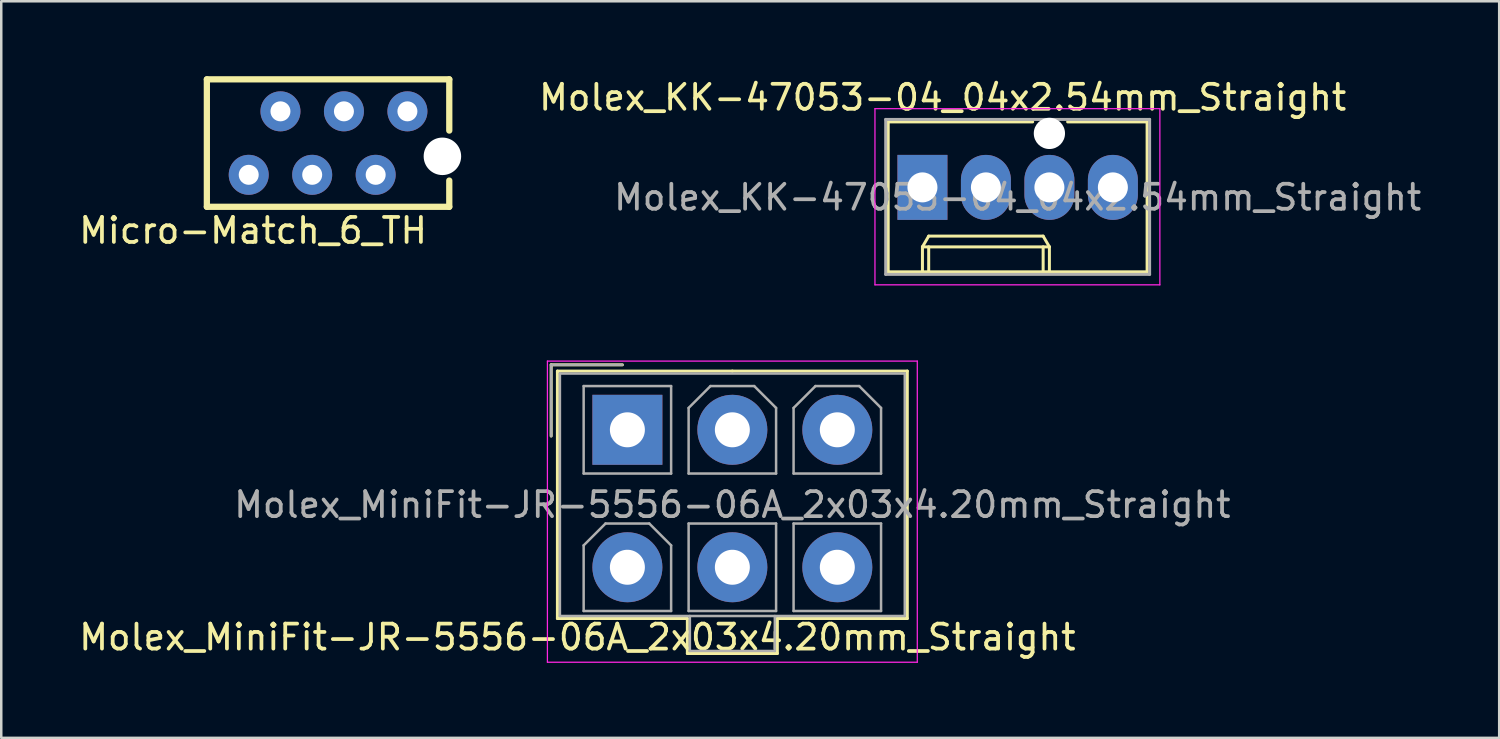
<source format=kicad_pcb>
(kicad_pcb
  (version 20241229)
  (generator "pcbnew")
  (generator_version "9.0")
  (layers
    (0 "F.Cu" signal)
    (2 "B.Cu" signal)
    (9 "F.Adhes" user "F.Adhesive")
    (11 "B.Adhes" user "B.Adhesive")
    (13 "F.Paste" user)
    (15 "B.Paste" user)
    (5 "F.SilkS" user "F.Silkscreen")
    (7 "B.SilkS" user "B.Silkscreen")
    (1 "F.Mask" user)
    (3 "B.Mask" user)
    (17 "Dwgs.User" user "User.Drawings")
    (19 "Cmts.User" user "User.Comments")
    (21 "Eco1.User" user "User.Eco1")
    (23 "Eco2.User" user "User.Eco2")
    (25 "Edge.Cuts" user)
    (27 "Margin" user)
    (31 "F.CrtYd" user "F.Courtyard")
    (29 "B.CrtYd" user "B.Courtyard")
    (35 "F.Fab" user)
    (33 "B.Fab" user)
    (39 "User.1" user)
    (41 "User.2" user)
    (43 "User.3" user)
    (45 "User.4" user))
  (footprint "Molex_MiniFit-JR-5556-06A_2x03x4.20mm_Straight"
    (layer "F.Cu")
    (at 22.054 14.148)
    (property "Reference" "Molex_MiniFit-JR-5556-06A_2x03x4.20mm_Straight" (at -2 8.3 0) (layer "F.SilkS") (effects (font (size 1 1) (thickness 0.15))))
    (attr through_hole)
    (fp_line (start -3.05 -2.6) (end -3.05 0.25) (stroke (width 0.12) (type solid)) (layer "F.SilkS"))
    (fp_line (start -2.8 -2.35) (end -2.8 7.55) (stroke (width 0.12) (type solid)) (layer "F.SilkS"))
    (fp_line (start -2.8 7.55) (end 2.4 7.55) (stroke (width 0.12) (type solid)) (layer "F.SilkS"))
    (fp_line (start -0.2 -2.6) (end -3.05 -2.6) (stroke (width 0.12) (type solid)) (layer "F.SilkS"))
    (fp_line (start 2.4 7.55) (end 2.4 8.95) (stroke (width 0.12) (type solid)) (layer "F.SilkS"))
    (fp_line (start 2.4 8.95) (end 4.2 8.95) (stroke (width 0.12) (type solid)) (layer "F.SilkS"))
    (fp_line (start 4.2 -2.35) (end -2.8 -2.35) (stroke (width 0.12) (type solid)) (layer "F.SilkS"))
    (fp_line (start 4.2 -2.35) (end 11.2 -2.35) (stroke (width 0.12) (type solid)) (layer "F.SilkS"))
    (fp_line (start 6 7.55) (end 6 8.95) (stroke (width 0.12) (type solid)) (layer "F.SilkS"))
    (fp_line (start 6 8.95) (end 4.2 8.95) (stroke (width 0.12) (type solid)) (layer "F.SilkS"))
    (fp_line (start 11.2 -2.35) (end 11.2 7.55) (stroke (width 0.12) (type solid)) (layer "F.SilkS"))
    (fp_line (start 11.2 7.55) (end 6 7.55) (stroke (width 0.12) (type solid)) (layer "F.SilkS"))
    (fp_line (start -3.2 -2.75) (end -3.2 9.3) (stroke (width 0.05) (type solid)) (layer "F.CrtYd"))
    (fp_line (start -3.2 9.3) (end 11.6 9.3) (stroke (width 0.05) (type solid)) (layer "F.CrtYd"))
    (fp_line (start 11.6 -2.75) (end -3.2 -2.75) (stroke (width 0.05) (type solid)) (layer "F.CrtYd"))
    (fp_line (start 11.6 9.3) (end 11.6 -2.75) (stroke (width 0.05) (type solid)) (layer "F.CrtYd"))
    (fp_line (start -3.05 -2.6) (end -3.05 0.25) (stroke (width 0.1) (type solid)) (layer "F.Fab"))
    (fp_line (start -2.7 -2.25) (end -2.7 7.45) (stroke (width 0.1) (type solid)) (layer "F.Fab"))
    (fp_line (start -2.7 7.45) (end 11.1 7.45) (stroke (width 0.1) (type solid)) (layer "F.Fab"))
    (fp_line (start -1.75 -1.75) (end -1.75 1.75) (stroke (width 0.1) (type solid)) (layer "F.Fab"))
    (fp_line (start -1.75 1.75) (end 1.75 1.75) (stroke (width 0.1) (type solid)) (layer "F.Fab"))
    (fp_line (start -1.75 4.625) (end -0.875 3.75) (stroke (width 0.1) (type solid)) (layer "F.Fab"))
    (fp_line (start -1.75 7.25) (end -1.75 4.625) (stroke (width 0.1) (type solid)) (layer "F.Fab"))
    (fp_line (start -0.875 3.75) (end 0.875 3.75) (stroke (width 0.1) (type solid)) (layer "F.Fab"))
    (fp_line (start -0.2 -2.6) (end -3.05 -2.6) (stroke (width 0.1) (type solid)) (layer "F.Fab"))
    (fp_line (start 0.875 3.75) (end 1.75 4.625) (stroke (width 0.1) (type solid)) (layer "F.Fab"))
    (fp_line (start 1.75 -1.75) (end -1.75 -1.75) (stroke (width 0.1) (type solid)) (layer "F.Fab"))
    (fp_line (start 1.75 1.75) (end 1.75 -1.75) (stroke (width 0.1) (type solid)) (layer "F.Fab"))
    (fp_line (start 1.75 4.625) (end 1.75 7.25) (stroke (width 0.1) (type solid)) (layer "F.Fab"))
    (fp_line (start 1.75 7.25) (end -1.75 7.25) (stroke (width 0.1) (type solid)) (layer "F.Fab"))
    (fp_line (start 2.45 -0.875) (end 3.325 -1.75) (stroke (width 0.1) (type solid)) (layer "F.Fab"))
    (fp_line (start 2.45 1.75) (end 2.45 -0.875) (stroke (width 0.1) (type solid)) (layer "F.Fab"))
    (fp_line (start 2.45 3.75) (end 2.45 7.25) (stroke (width 0.1) (type solid)) (layer "F.Fab"))
    (fp_line (start 2.45 7.25) (end 5.95 7.25) (stroke (width 0.1) (type solid)) (layer "F.Fab"))
    (fp_line (start 2.5 7.45) (end 2.5 8.85) (stroke (width 0.1) (type solid)) (layer "F.Fab"))
    (fp_line (start 2.5 8.85) (end 5.9 8.85) (stroke (width 0.1) (type solid)) (layer "F.Fab"))
    (fp_line (start 3.325 -1.75) (end 5.075 -1.75) (stroke (width 0.1) (type solid)) (layer "F.Fab"))
    (fp_line (start 5.075 -1.75) (end 5.95 -0.875) (stroke (width 0.1) (type solid)) (layer "F.Fab"))
    (fp_line (start 5.9 8.85) (end 5.9 7.45) (stroke (width 0.1) (type solid)) (layer "F.Fab"))
    (fp_line (start 5.95 -0.875) (end 5.95 1.75) (stroke (width 0.1) (type solid)) (layer "F.Fab"))
    (fp_line (start 5.95 1.75) (end 2.45 1.75) (stroke (width 0.1) (type solid)) (layer "F.Fab"))
    (fp_line (start 5.95 3.75) (end 2.45 3.75) (stroke (width 0.1) (type solid)) (layer "F.Fab"))
    (fp_line (start 5.95 7.25) (end 5.95 3.75) (stroke (width 0.1) (type solid)) (layer "F.Fab"))
    (fp_line (start 6.65 -0.875) (end 7.525 -1.75) (stroke (width 0.1) (type solid)) (layer "F.Fab"))
    (fp_line (start 6.65 1.75) (end 6.65 -0.875) (stroke (width 0.1) (type solid)) (layer "F.Fab"))
    (fp_line (start 6.65 3.75) (end 6.65 7.25) (stroke (width 0.1) (type solid)) (layer "F.Fab"))
    (fp_line (start 6.65 7.25) (end 10.15 7.25) (stroke (width 0.1) (type solid)) (layer "F.Fab"))
    (fp_line (start 7.525 -1.75) (end 9.275 -1.75) (stroke (width 0.1) (type solid)) (layer "F.Fab"))
    (fp_line (start 9.275 -1.75) (end 10.15 -0.875) (stroke (width 0.1) (type solid)) (layer "F.Fab"))
    (fp_line (start 10.15 -0.875) (end 10.15 1.75) (stroke (width 0.1) (type solid)) (layer "F.Fab"))
    (fp_line (start 10.15 1.75) (end 6.65 1.75) (stroke (width 0.1) (type solid)) (layer "F.Fab"))
    (fp_line (start 10.15 3.75) (end 6.65 3.75) (stroke (width 0.1) (type solid)) (layer "F.Fab"))
    (fp_line (start 10.15 7.25) (end 10.15 3.75) (stroke (width 0.1) (type solid)) (layer "F.Fab"))
    (fp_line (start 11.1 -2.25) (end -2.7 -2.25) (stroke (width 0.1) (type solid)) (layer "F.Fab"))
    (fp_line (start 11.1 7.45) (end 11.1 -2.25) (stroke (width 0.1) (type solid)) (layer "F.Fab"))
    (fp_text user "${REFERENCE}" (at 4.2 3 0) (layer "F.Fab") (effects (font (size 1 1) (thickness 0.15))))
    (pad "1" thru_hole rect (at 0 0) (size 2.8 2.8) (drill 1.4) (layers "*.Cu" "*.Mask"))
    (pad "2" thru_hole circle (at 4.2 0) (size 2.8 2.8) (drill 1.4) (layers "*.Cu" "*.Mask"))
    (pad "3" thru_hole circle (at 8.4 0) (size 2.8 2.8) (drill 1.4) (layers "*.Cu" "*.Mask"))
    (pad "4" thru_hole circle (at 0 5.5) (size 2.8 2.8) (drill 1.4) (layers "*.Cu" "*.Mask"))
    (pad "5" thru_hole circle (at 4.2 5.5) (size 2.8 2.8) (drill 1.4) (layers "*.Cu" "*.Mask"))
    (pad "6" thru_hole circle (at 8.4 5.5) (size 2.8 2.8) (drill 1.4) (layers "*.Cu" "*.Mask")))
  (footprint "Micro-Match_6_TH"
    (layer "F.Cu")
    (at 10.077 2.675)
    (property "Reference" "Micro-Match_6_TH" (at -3 3.5 0) (layer "F.SilkS") (effects (font (size 1 1) (thickness 0.15))))
    (attr through_hole)
    (fp_line (start -4.85 -2.55) (end -4.85 2.55) (stroke (width 0.25) (type solid)) (layer "F.SilkS"))
    (fp_line (start -4.85 -2.55) (end 4.85 -2.55) (stroke (width 0.25) (type solid)) (layer "F.SilkS"))
    (fp_line (start -4.85 2.55) (end 4.85 2.55) (stroke (width 0.25) (type solid)) (layer "F.SilkS"))
    (fp_line (start 4.85 -2.55) (end 4.85 -0.5) (stroke (width 0.25) (type solid)) (layer "F.SilkS"))
    (fp_line (start 4.85 2.55) (end 4.85 1.5) (stroke (width 0.25) (type solid)) (layer "F.SilkS"))
    (pad "" np_thru_hole circle (at 4.575 0.53) (size 1.5 1.5) (drill 1.5) (layers "*.Cu" "*.Mask"))
    (pad "1" thru_hole circle (at 3.175 -1.27) (size 1.6 1.6) (drill 0.8) (layers "*.Cu" "*.Mask"))
    (pad "2" thru_hole circle (at 1.905 1.27) (size 1.6 1.6) (drill 0.8) (layers "*.Cu" "*.Mask"))
    (pad "3" thru_hole circle (at 0.635 -1.27) (size 1.6 1.6) (drill 0.8) (layers "*.Cu" "*.Mask"))
    (pad "4" thru_hole circle (at -0.635 1.27) (size 1.6 1.6) (drill 0.8) (layers "*.Cu" "*.Mask"))
    (pad "5" thru_hole circle (at -1.905 -1.27) (size 1.6 1.6) (drill 0.8) (layers "*.Cu" "*.Mask"))
    (pad "6" thru_hole circle (at -3.175 1.27) (size 1.6 1.6) (drill 0.8) (layers "*.Cu" "*.Mask")))
  (footprint "Molex_KK-47053-04_04x2.54mm_Straight"
    (layer "F.Cu")
    (at 37.67 4.448)
    (property "Reference" "Molex_KK-47053-04_04x2.54mm_Straight" (at -3 -3.6 0) (layer "F.SilkS") (effects (font (size 1 1) (thickness 0.15))))
    (attr through_hole)
    (fp_line (start -5.18 -2.62) (end -5.18 3.38) (stroke (width 0.12) (type solid)) (layer "F.SilkS"))
    (fp_line (start -5.18 3.38) (end 5.18 3.38) (stroke (width 0.12) (type solid)) (layer "F.SilkS"))
    (fp_line (start -3.81 2.38) (end -3.56 1.95) (stroke (width 0.12) (type solid)) (layer "F.SilkS"))
    (fp_line (start -3.81 2.38) (end 1.27 2.38) (stroke (width 0.12) (type solid)) (layer "F.SilkS"))
    (fp_line (start -3.81 3.38) (end -3.81 2.38) (stroke (width 0.12) (type solid)) (layer "F.SilkS"))
    (fp_line (start -3.56 1.95) (end 1.02 1.95) (stroke (width 0.12) (type solid)) (layer "F.SilkS"))
    (fp_line (start -3.56 3.38) (end -3.56 2.38) (stroke (width 0.12) (type solid)) (layer "F.SilkS"))
    (fp_line (start 0.6 -2.62) (end -5.18 -2.62) (stroke (width 0.12) (type solid)) (layer "F.SilkS"))
    (fp_line (start 1.02 1.95) (end 1.27 2.38) (stroke (width 0.12) (type solid)) (layer "F.SilkS"))
    (fp_line (start 1.02 3.38) (end 1.02 2.38) (stroke (width 0.12) (type solid)) (layer "F.SilkS"))
    (fp_line (start 1.27 2.38) (end 1.27 3.38) (stroke (width 0.12) (type solid)) (layer "F.SilkS"))
    (fp_line (start 2 -2.62) (end 5.18 -2.62) (stroke (width 0.12) (type solid)) (layer "F.SilkS"))
    (fp_line (start 5.18 3.38) (end 5.18 -2.62) (stroke (width 0.12) (type solid)) (layer "F.SilkS"))
    (fp_line (start -5.71 -3.15) (end 5.69 -3.15) (stroke (width 0.05) (type solid)) (layer "F.CrtYd"))
    (fp_line (start -5.71 3.9) (end -5.71 -3.15) (stroke (width 0.05) (type solid)) (layer "F.CrtYd"))
    (fp_line (start 5.69 -3.15) (end 5.69 3.9) (stroke (width 0.05) (type solid)) (layer "F.CrtYd"))
    (fp_line (start 5.69 3.9) (end -5.71 3.9) (stroke (width 0.05) (type solid)) (layer "F.CrtYd"))
    (fp_line (start -5.28 -2.72) (end -5.28 3.48) (stroke (width 0.12) (type solid)) (layer "F.Fab"))
    (fp_line (start -5.28 3.48) (end 5.28 3.48) (stroke (width 0.12) (type solid)) (layer "F.Fab"))
    (fp_line (start 5.28 -2.72) (end -5.28 -2.72) (stroke (width 0.12) (type solid)) (layer "F.Fab"))
    (fp_line (start 5.28 3.48) (end 5.28 -2.72) (stroke (width 0.12) (type solid)) (layer "F.Fab"))
    (fp_text user "${REFERENCE}" (at 0 0.4 0) (layer "F.Fab") (effects (font (size 1 1) (thickness 0.15))))
    (pad "" np_thru_hole circle (at 1.27 -2.16) (size 1.25 1.25) (drill 1.25) (layers "*.Cu" "*.Mask"))
    (pad "1" thru_hole rect (at -3.81 0) (size 2 2.6) (drill 1.2) (layers "*.Cu" "*.Mask"))
    (pad "2" thru_hole oval (at -1.27 0) (size 2 2.6) (drill 1.2) (layers "*.Cu" "*.Mask"))
    (pad "3" thru_hole oval (at 1.27 0) (size 2 2.6) (drill 1.2) (layers "*.Cu" "*.Mask"))
    (pad "4" thru_hole oval (at 3.81 0) (size 2 2.6) (drill 1.2) (layers "*.Cu" "*.Mask")))
  (gr_rect
    (start -3 -3)
    (end 56.938 26.473)
    (stroke (width 0.1) (type default))
    (fill no)
    (layer "Edge.Cuts")))
</source>
